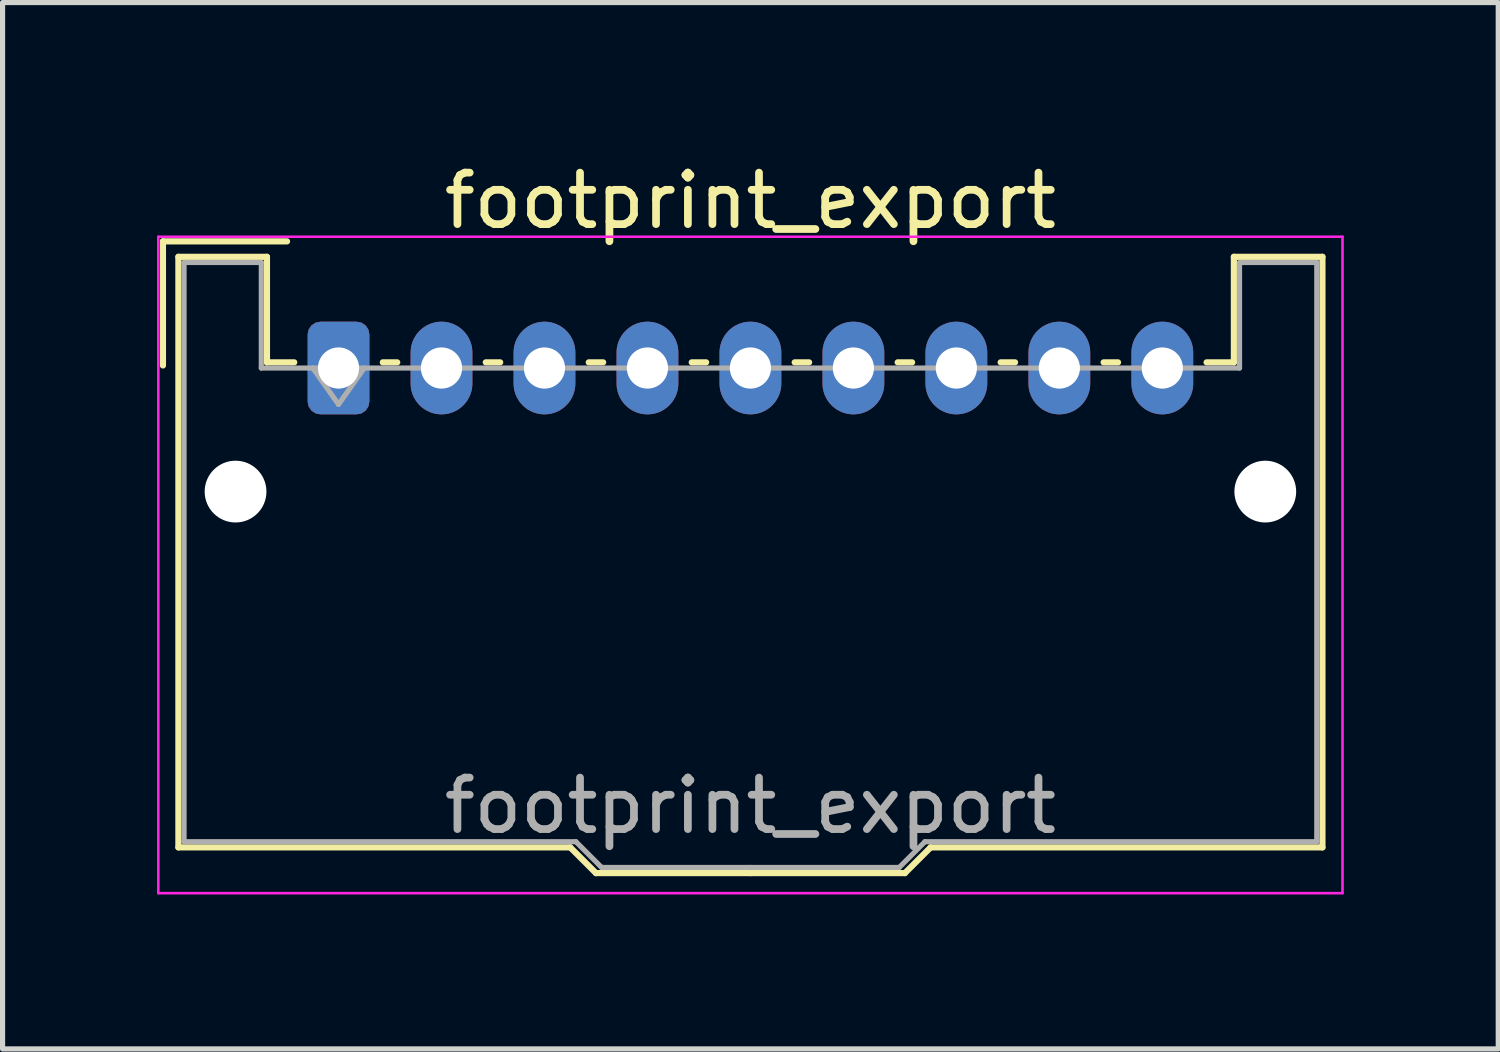
<source format=kicad_pcb>
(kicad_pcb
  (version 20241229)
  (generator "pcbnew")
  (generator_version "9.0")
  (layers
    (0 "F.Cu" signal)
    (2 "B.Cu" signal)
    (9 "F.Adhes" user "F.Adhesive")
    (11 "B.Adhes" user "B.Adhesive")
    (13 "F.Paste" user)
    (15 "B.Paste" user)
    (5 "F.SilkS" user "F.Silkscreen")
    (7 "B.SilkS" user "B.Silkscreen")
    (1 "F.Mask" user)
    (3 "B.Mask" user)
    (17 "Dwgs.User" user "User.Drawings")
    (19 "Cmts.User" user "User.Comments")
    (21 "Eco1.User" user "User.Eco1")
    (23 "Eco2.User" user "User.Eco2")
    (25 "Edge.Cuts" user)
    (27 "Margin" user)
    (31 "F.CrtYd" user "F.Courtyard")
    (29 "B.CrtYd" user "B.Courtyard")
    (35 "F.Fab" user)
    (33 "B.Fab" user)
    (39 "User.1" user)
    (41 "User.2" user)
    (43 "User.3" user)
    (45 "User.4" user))
  (footprint "footprint_export"
    (layer "F.Cu")
    (at 3.525 4.098)
    (property "Reference" "footprint_export" (at 8 -3.25 0) (layer "F.SilkS") (effects (font (size 1 1) (thickness 0.15))))
    (attr through_hole)
    (fp_line (start -3.41 -2.46) (end -1 -2.46) (stroke (width 0.12) (type solid)) (layer "F.SilkS"))
    (fp_line (start -3.41 -0.05) (end -3.41 -2.46) (stroke (width 0.12) (type solid)) (layer "F.SilkS"))
    (fp_line (start -3.11 -2.16) (end -1.39 -2.16) (stroke (width 0.12) (type solid)) (layer "F.SilkS"))
    (fp_line (start -3.11 9.31) (end -3.11 -2.16) (stroke (width 0.12) (type solid)) (layer "F.SilkS"))
    (fp_line (start -1.39 -2.16) (end -1.39 -0.11) (stroke (width 0.12) (type solid)) (layer "F.SilkS"))
    (fp_line (start -1.39 -0.11) (end -0.86 -0.11) (stroke (width 0.12) (type solid)) (layer "F.SilkS"))
    (fp_line (start 0.86 -0.11) (end 1.14 -0.11) (stroke (width 0.12) (type solid)) (layer "F.SilkS"))
    (fp_line (start 2.86 -0.11) (end 3.14 -0.11) (stroke (width 0.12) (type solid)) (layer "F.SilkS"))
    (fp_line (start 4.5 9.31) (end -3.11 9.31) (stroke (width 0.12) (type solid)) (layer "F.SilkS"))
    (fp_line (start 4.86 -0.11) (end 5.14 -0.11) (stroke (width 0.12) (type solid)) (layer "F.SilkS"))
    (fp_line (start 5 9.81) (end 4.5 9.31) (stroke (width 0.12) (type solid)) (layer "F.SilkS"))
    (fp_line (start 6.86 -0.11) (end 7.14 -0.11) (stroke (width 0.12) (type solid)) (layer "F.SilkS"))
    (fp_line (start 8 9.81) (end 5 9.81) (stroke (width 0.12) (type solid)) (layer "F.SilkS"))
    (fp_line (start 8 9.81) (end 11 9.81) (stroke (width 0.12) (type solid)) (layer "F.SilkS"))
    (fp_line (start 8.86 -0.11) (end 9.14 -0.11) (stroke (width 0.12) (type solid)) (layer "F.SilkS"))
    (fp_line (start 10.86 -0.11) (end 11.14 -0.11) (stroke (width 0.12) (type solid)) (layer "F.SilkS"))
    (fp_line (start 11 9.81) (end 11.5 9.31) (stroke (width 0.12) (type solid)) (layer "F.SilkS"))
    (fp_line (start 11.5 9.31) (end 19.11 9.31) (stroke (width 0.12) (type solid)) (layer "F.SilkS"))
    (fp_line (start 12.86 -0.11) (end 13.14 -0.11) (stroke (width 0.12) (type solid)) (layer "F.SilkS"))
    (fp_line (start 14.86 -0.11) (end 15.14 -0.11) (stroke (width 0.12) (type solid)) (layer "F.SilkS"))
    (fp_line (start 17.39 -2.16) (end 17.39 -0.11) (stroke (width 0.12) (type solid)) (layer "F.SilkS"))
    (fp_line (start 17.39 -0.11) (end 16.86 -0.11) (stroke (width 0.12) (type solid)) (layer "F.SilkS"))
    (fp_line (start 19.11 -2.16) (end 17.39 -2.16) (stroke (width 0.12) (type solid)) (layer "F.SilkS"))
    (fp_line (start 19.11 9.31) (end 19.11 -2.16) (stroke (width 0.12) (type solid)) (layer "F.SilkS"))
    (fp_line (start -3.5 -2.55) (end -3.5 10.2) (stroke (width 0.05) (type solid)) (layer "F.CrtYd"))
    (fp_line (start -3.5 10.2) (end 19.5 10.2) (stroke (width 0.05) (type solid)) (layer "F.CrtYd"))
    (fp_line (start 19.5 -2.55) (end -3.5 -2.55) (stroke (width 0.05) (type solid)) (layer "F.CrtYd"))
    (fp_line (start 19.5 10.2) (end 19.5 -2.55) (stroke (width 0.05) (type solid)) (layer "F.CrtYd"))
    (fp_line (start -3 -2.05) (end -1.5 -2.05) (stroke (width 0.1) (type solid)) (layer "F.Fab"))
    (fp_line (start -3 9.2) (end -3 -2.05) (stroke (width 0.1) (type solid)) (layer "F.Fab"))
    (fp_line (start -1.5 -2.05) (end -1.5 0) (stroke (width 0.1) (type solid)) (layer "F.Fab"))
    (fp_line (start -1.5 0) (end 8 0) (stroke (width 0.1) (type solid)) (layer "F.Fab"))
    (fp_line (start -0.5 0) (end 0 0.707) (stroke (width 0.1) (type solid)) (layer "F.Fab"))
    (fp_line (start 0 0.707) (end 0.5 0) (stroke (width 0.1) (type solid)) (layer "F.Fab"))
    (fp_line (start 4.61 9.2) (end -3 9.2) (stroke (width 0.1) (type solid)) (layer "F.Fab"))
    (fp_line (start 5.11 9.7) (end 4.61 9.2) (stroke (width 0.1) (type solid)) (layer "F.Fab"))
    (fp_line (start 8 9.7) (end 5.11 9.7) (stroke (width 0.1) (type solid)) (layer "F.Fab"))
    (fp_line (start 8 9.7) (end 10.89 9.7) (stroke (width 0.1) (type solid)) (layer "F.Fab"))
    (fp_line (start 10.89 9.7) (end 11.39 9.2) (stroke (width 0.1) (type solid)) (layer "F.Fab"))
    (fp_line (start 11.39 9.2) (end 19 9.2) (stroke (width 0.1) (type solid)) (layer "F.Fab"))
    (fp_line (start 17.5 -2.05) (end 17.5 0) (stroke (width 0.1) (type solid)) (layer "F.Fab"))
    (fp_line (start 17.5 0) (end 8 0) (stroke (width 0.1) (type solid)) (layer "F.Fab"))
    (fp_line (start 19 -2.05) (end 17.5 -2.05) (stroke (width 0.1) (type solid)) (layer "F.Fab"))
    (fp_line (start 19 9.2) (end 19 -2.05) (stroke (width 0.1) (type solid)) (layer "F.Fab"))
    (fp_text user "${REFERENCE}" (at 8 8.5 0) (layer "F.Fab") (effects (font (size 1 1) (thickness 0.15))))
    (pad "" np_thru_hole circle (at -2 2.4) (size 1.2 1.2) (drill 1.2) (layers "*.Cu" "*.Mask"))
    (pad "" np_thru_hole circle (at 18 2.4) (size 1.2 1.2) (drill 1.2) (layers "*.Cu" "*.Mask"))
    (pad "1" thru_hole roundrect (at 0 0) (size 1.2 1.8) (drill 0.8) (layers "*.Cu" "*.Mask") (roundrect_rratio 0.208))
    (pad "2" thru_hole oval (at 2 0) (size 1.2 1.8) (drill 0.8) (layers "*.Cu" "*.Mask"))
    (pad "3" thru_hole oval (at 4 0) (size 1.2 1.8) (drill 0.8) (layers "*.Cu" "*.Mask"))
    (pad "4" thru_hole oval (at 6 0) (size 1.2 1.8) (drill 0.8) (layers "*.Cu" "*.Mask"))
    (pad "5" thru_hole oval (at 8 0) (size 1.2 1.8) (drill 0.8) (layers "*.Cu" "*.Mask"))
    (pad "6" thru_hole oval (at 10 0) (size 1.2 1.8) (drill 0.8) (layers "*.Cu" "*.Mask"))
    (pad "7" thru_hole oval (at 12 0) (size 1.2 1.8) (drill 0.8) (layers "*.Cu" "*.Mask"))
    (pad "8" thru_hole oval (at 14 0) (size 1.2 1.8) (drill 0.8) (layers "*.Cu" "*.Mask"))
    (pad "9" thru_hole oval (at 16 0) (size 1.2 1.8) (drill 0.8) (layers "*.Cu" "*.Mask")))
  (gr_rect
    (start -3 -3)
    (end 26.05 17.323)
    (stroke (width 0.1) (type default))
    (fill no)
    (layer "Edge.Cuts")))
</source>
